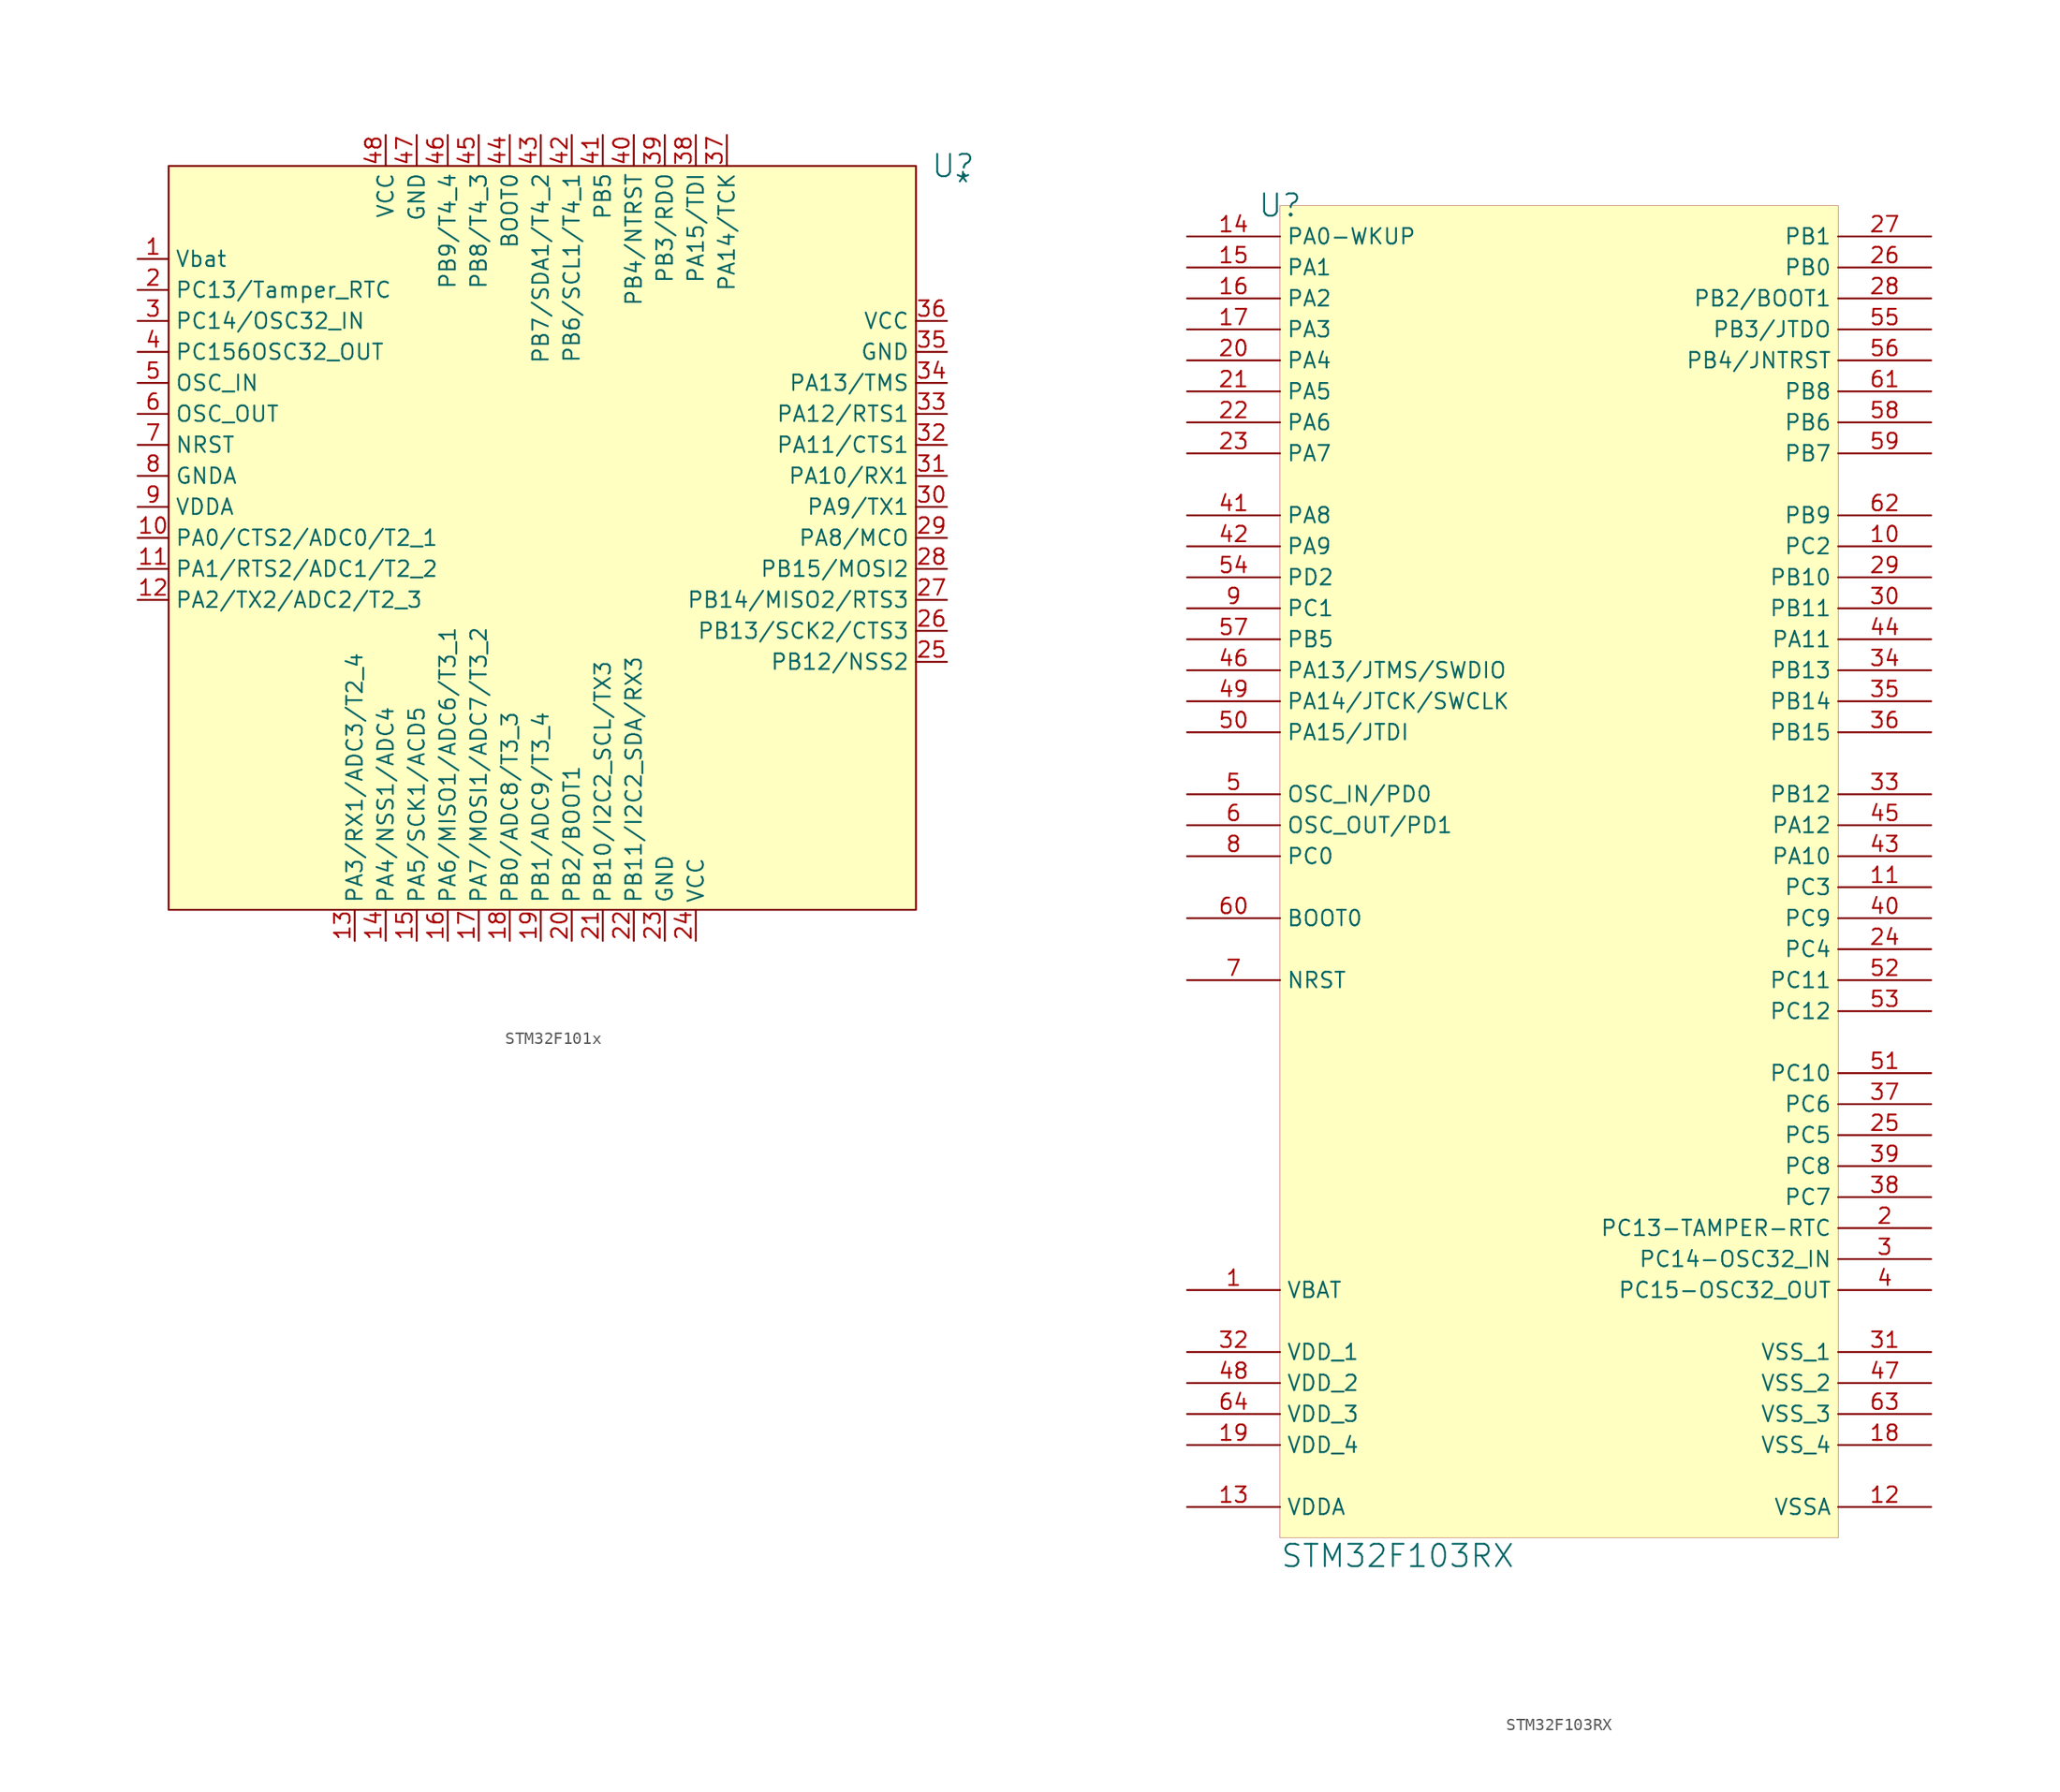
<source format=kicad_sym>
(kicad_symbol_lib
  (version 20241209)
  (generator "kicad_symbol_editor")
  (generator_version "9.0")
  (symbol "STM32F101x"
    (property "Reference" "U"
      (at 64.262 0 0)
      (effects (font (size 1.829 1.829))))
    (property "Value" "*"
      (at 64.262 -2.54 0)
      (effects (font (size 1.829 1.829)) (justify left bottom)))
    (symbol "STM32F101x_1_0"
      (rectangle (start 61.214 0) (end 0 -60.96) (stroke (width 0) (type solid) (color 128 0 0 1)) (fill (type background)))
      (pin passive line (at -2.54 -7.62 0) (length 2.54) (name "Vbat" (effects (font (size 1.27 1.27)))) (number "1" (effects (font (size 1.27 1.27)))))
      (pin passive line (at -2.54 -10.16 0) (length 2.54) (name "PC13/Tamper_RTC" (effects (font (size 1.27 1.27)))) (number "2" (effects (font (size 1.27 1.27)))))
      (pin passive line (at -2.54 -12.7 0) (length 2.54) (name "PC14/OSC32_IN" (effects (font (size 1.27 1.27)))) (number "3" (effects (font (size 1.27 1.27)))))
      (pin passive line (at -2.54 -15.24 0) (length 2.54) (name "PC156OSC32_OUT" (effects (font (size 1.27 1.27)))) (number "4" (effects (font (size 1.27 1.27)))))
      (pin passive line (at -2.54 -17.78 0) (length 2.54) (name "OSC_IN" (effects (font (size 1.27 1.27)))) (number "5" (effects (font (size 1.27 1.27)))))
      (pin passive line (at -2.54 -20.32 0) (length 2.54) (name "OSC_OUT" (effects (font (size 1.27 1.27)))) (number "6" (effects (font (size 1.27 1.27)))))
      (pin passive line (at -2.54 -22.86 0) (length 2.54) (name "NRST" (effects (font (size 1.27 1.27)))) (number "7" (effects (font (size 1.27 1.27)))))
      (pin passive line (at -2.54 -25.4 0) (length 2.54) (name "GNDA" (effects (font (size 1.27 1.27)))) (number "8" (effects (font (size 1.27 1.27)))))
      (pin passive line (at -2.54 -27.94 0) (length 2.54) (name "VDDA" (effects (font (size 1.27 1.27)))) (number "9" (effects (font (size 1.27 1.27)))))
      (pin passive line (at -2.54 -30.48 0) (length 2.54) (name "PA0/CTS2/ADC0/T2_1" (effects (font (size 1.27 1.27)))) (number "10" (effects (font (size 1.27 1.27)))))
      (pin passive line (at -2.54 -33.02 0) (length 2.54) (name "PA1/RTS2/ADC1/T2_2" (effects (font (size 1.27 1.27)))) (number "11" (effects (font (size 1.27 1.27)))))
      (pin passive line (at -2.54 -35.56 0) (length 2.54) (name "PA2/TX2/ADC2/T2_3" (effects (font (size 1.27 1.27)))) (number "12" (effects (font (size 1.27 1.27)))))
      (pin passive line (at 15.24 -63.5 90) (length 2.54) (name "PA3/RX1/ADC3/T2_4" (effects (font (size 1.27 1.27)))) (number "13" (effects (font (size 1.27 1.27)))))
      (pin passive line (at 17.78 2.54 270) (length 2.54) (name "VCC" (effects (font (size 1.27 1.27)))) (number "48" (effects (font (size 1.27 1.27)))))
      (pin passive line (at 17.78 -63.5 90) (length 2.54) (name "PA4/NSS1/ADC4" (effects (font (size 1.27 1.27)))) (number "14" (effects (font (size 1.27 1.27)))))
      (pin passive line (at 20.32 2.54 270) (length 2.54) (name "GND" (effects (font (size 1.27 1.27)))) (number "47" (effects (font (size 1.27 1.27)))))
      (pin passive line (at 20.32 -63.5 90) (length 2.54) (name "PA5/SCK1/ACD5" (effects (font (size 1.27 1.27)))) (number "15" (effects (font (size 1.27 1.27)))))
      (pin passive line (at 22.86 2.54 270) (length 2.54) (name "PB9/T4_4" (effects (font (size 1.27 1.27)))) (number "46" (effects (font (size 1.27 1.27)))))
      (pin passive line (at 22.86 -63.5 90) (length 2.54) (name "PA6/MISO1/ADC6/T3_1" (effects (font (size 1.27 1.27)))) (number "16" (effects (font (size 1.27 1.27)))))
      (pin passive line (at 25.4 2.54 270) (length 2.54) (name "PB8/T4_3" (effects (font (size 1.27 1.27)))) (number "45" (effects (font (size 1.27 1.27)))))
      (pin passive line (at 25.4 -63.5 90) (length 2.54) (name "PA7/MOSI1/ADC7/T3_2" (effects (font (size 1.27 1.27)))) (number "17" (effects (font (size 1.27 1.27)))))
      (pin passive line (at 27.94 2.54 270) (length 2.54) (name "BOOT0" (effects (font (size 1.27 1.27)))) (number "44" (effects (font (size 1.27 1.27)))))
      (pin passive line (at 27.94 -63.5 90) (length 2.54) (name "PB0/ADC8/T3_3" (effects (font (size 1.27 1.27)))) (number "18" (effects (font (size 1.27 1.27)))))
      (pin passive line (at 30.48 2.54 270) (length 2.54) (name "PB7/SDA1/T4_2" (effects (font (size 1.27 1.27)))) (number "43" (effects (font (size 1.27 1.27)))))
      (pin passive line (at 30.48 -63.5 90) (length 2.54) (name "PB1/ADC9/T3_4" (effects (font (size 1.27 1.27)))) (number "19" (effects (font (size 1.27 1.27)))))
      (pin passive line (at 33.02 2.54 270) (length 2.54) (name "PB6/SCL1/T4_1" (effects (font (size 1.27 1.27)))) (number "42" (effects (font (size 1.27 1.27)))))
      (pin passive line (at 33.02 -63.5 90) (length 2.54) (name "PB2/BOOT1" (effects (font (size 1.27 1.27)))) (number "20" (effects (font (size 1.27 1.27)))))
      (pin passive line (at 35.56 2.54 270) (length 2.54) (name "PB5" (effects (font (size 1.27 1.27)))) (number "41" (effects (font (size 1.27 1.27)))))
      (pin passive line (at 35.56 -63.5 90) (length 2.54) (name "PB10/I2C2_SCL/TX3" (effects (font (size 1.27 1.27)))) (number "21" (effects (font (size 1.27 1.27)))))
      (pin passive line (at 38.1 2.54 270) (length 2.54) (name "PB4/NTRST" (effects (font (size 1.27 1.27)))) (number "40" (effects (font (size 1.27 1.27)))))
      (pin passive line (at 38.1 -63.5 90) (length 2.54) (name "PB11/I2C2_SDA/RX3" (effects (font (size 1.27 1.27)))) (number "22" (effects (font (size 1.27 1.27)))))
      (pin passive line (at 40.64 2.54 270) (length 2.54) (name "PB3/RDO" (effects (font (size 1.27 1.27)))) (number "39" (effects (font (size 1.27 1.27)))))
      (pin passive line (at 40.64 -63.5 90) (length 2.54) (name "GND" (effects (font (size 1.27 1.27)))) (number "23" (effects (font (size 1.27 1.27)))))
      (pin passive line (at 43.18 2.54 270) (length 2.54) (name "PA15/TDI" (effects (font (size 1.27 1.27)))) (number "38" (effects (font (size 1.27 1.27)))))
      (pin passive line (at 43.18 -63.5 90) (length 2.54) (name "VCC" (effects (font (size 1.27 1.27)))) (number "24" (effects (font (size 1.27 1.27)))))
      (pin passive line (at 45.72 2.54 270) (length 2.54) (name "PA14/TCK" (effects (font (size 1.27 1.27)))) (number "37" (effects (font (size 1.27 1.27)))))
      (pin passive line (at 63.754 -12.7 180) (length 2.54) (name "VCC" (effects (font (size 1.27 1.27)))) (number "36" (effects (font (size 1.27 1.27)))))
      (pin passive line (at 63.754 -15.24 180) (length 2.54) (name "GND" (effects (font (size 1.27 1.27)))) (number "35" (effects (font (size 1.27 1.27)))))
      (pin passive line (at 63.754 -17.78 180) (length 2.54) (name "PA13/TMS" (effects (font (size 1.27 1.27)))) (number "34" (effects (font (size 1.27 1.27)))))
      (pin passive line (at 63.754 -20.32 180) (length 2.54) (name "PA12/RTS1" (effects (font (size 1.27 1.27)))) (number "33" (effects (font (size 1.27 1.27)))))
      (pin passive line (at 63.754 -22.86 180) (length 2.54) (name "PA11/CTS1" (effects (font (size 1.27 1.27)))) (number "32" (effects (font (size 1.27 1.27)))))
      (pin passive line (at 63.754 -25.4 180) (length 2.54) (name "PA10/RX1" (effects (font (size 1.27 1.27)))) (number "31" (effects (font (size 1.27 1.27)))))
      (pin passive line (at 63.754 -27.94 180) (length 2.54) (name "PA9/TX1" (effects (font (size 1.27 1.27)))) (number "30" (effects (font (size 1.27 1.27)))))
      (pin passive line (at 63.754 -30.48 180) (length 2.54) (name "PA8/MCO" (effects (font (size 1.27 1.27)))) (number "29" (effects (font (size 1.27 1.27)))))
      (pin passive line (at 63.754 -33.02 180) (length 2.54) (name "PB15/MOSI2" (effects (font (size 1.27 1.27)))) (number "28" (effects (font (size 1.27 1.27)))))
      (pin passive line (at 63.754 -35.56 180) (length 2.54) (name "PB14/MISO2/RTS3" (effects (font (size 1.27 1.27)))) (number "27" (effects (font (size 1.27 1.27)))))
      (pin passive line (at 63.754 -38.1 180) (length 2.54) (name "PB13/SCK2/CTS3" (effects (font (size 1.27 1.27)))) (number "26" (effects (font (size 1.27 1.27)))))
      (pin passive line (at 63.754 -40.64 180) (length 2.54) (name "PB12/NSS2" (effects (font (size 1.27 1.27)))) (number "25" (effects (font (size 1.27 1.27)))))))
  (symbol "STM32F103RX"
    (property "Reference" "U"
      (at 0 0 0)
      (effects (font (size 1.829 1.829))))
    (property "Value" "STM32F103RX"
      (at 0 -111.76 0)
      (effects (font (size 1.829 1.829)) (justify left bottom)))
    (symbol "STM32F103RX_1_0"
      (rectangle (start 45.72 0) (end 0 -109.22) (stroke (width 0.025) (type solid) (color 128 0 0 1)) (fill (type background)))
      (pin bidirectional line (at -7.62 -2.54 0) (length 7.62) (name "PA0-WKUP" (effects (font (size 1.27 1.27)))) (number "14" (effects (font (size 1.27 1.27)))))
      (pin bidirectional line (at -7.62 -5.08 0) (length 7.62) (name "PA1" (effects (font (size 1.27 1.27)))) (number "15" (effects (font (size 1.27 1.27)))))
      (pin output line (at -7.62 -7.62 0) (length 7.62) (name "PA2" (effects (font (size 1.27 1.27)))) (number "16" (effects (font (size 1.27 1.27)))))
      (pin input line (at -7.62 -10.16 0) (length 7.62) (name "PA3" (effects (font (size 1.27 1.27)))) (number "17" (effects (font (size 1.27 1.27)))))
      (pin bidirectional line (at -7.62 -12.7 0) (length 7.62) (name "PA4" (effects (font (size 1.27 1.27)))) (number "20" (effects (font (size 1.27 1.27)))))
      (pin bidirectional line (at -7.62 -15.24 0) (length 7.62) (name "PA5" (effects (font (size 1.27 1.27)))) (number "21" (effects (font (size 1.27 1.27)))))
      (pin bidirectional line (at -7.62 -17.78 0) (length 7.62) (name "PA6" (effects (font (size 1.27 1.27)))) (number "22" (effects (font (size 1.27 1.27)))))
      (pin bidirectional line (at -7.62 -20.32 0) (length 7.62) (name "PA7" (effects (font (size 1.27 1.27)))) (number "23" (effects (font (size 1.27 1.27)))))
      (pin output line (at -7.62 -25.4 0) (length 7.62) (name "PA8" (effects (font (size 1.27 1.27)))) (number "41" (effects (font (size 1.27 1.27)))))
      (pin output line (at -7.62 -27.94 0) (length 7.62) (name "PA9" (effects (font (size 1.27 1.27)))) (number "42" (effects (font (size 1.27 1.27)))))
      (pin bidirectional line (at -7.62 -30.48 0) (length 7.62) (name "PD2" (effects (font (size 1.27 1.27)))) (number "54" (effects (font (size 1.27 1.27)))))
      (pin bidirectional line (at -7.62 -33.02 0) (length 7.62) (name "PC1" (effects (font (size 1.27 1.27)))) (number "9" (effects (font (size 1.27 1.27)))))
      (pin bidirectional line (at -7.62 -35.56 0) (length 7.62) (name "PB5" (effects (font (size 1.27 1.27)))) (number "57" (effects (font (size 1.27 1.27)))))
      (pin bidirectional line (at -7.62 -38.1 0) (length 7.62) (name "PA13/JTMS/SWDIO" (effects (font (size 1.27 1.27)))) (number "46" (effects (font (size 1.27 1.27)))))
      (pin bidirectional line (at -7.62 -40.64 0) (length 7.62) (name "PA14/JTCK/SWCLK" (effects (font (size 1.27 1.27)))) (number "49" (effects (font (size 1.27 1.27)))))
      (pin bidirectional line (at -7.62 -43.18 0) (length 7.62) (name "PA15/JTDI" (effects (font (size 1.27 1.27)))) (number "50" (effects (font (size 1.27 1.27)))))
      (pin passive line (at -7.62 -48.26 0) (length 7.62) (name "OSC_IN/PD0" (effects (font (size 1.27 1.27)))) (number "5" (effects (font (size 1.27 1.27)))))
      (pin passive line (at -7.62 -50.8 0) (length 7.62) (name "OSC_OUT/PD1" (effects (font (size 1.27 1.27)))) (number "6" (effects (font (size 1.27 1.27)))))
      (pin bidirectional line (at -7.62 -53.34 0) (length 7.62) (name "PC0" (effects (font (size 1.27 1.27)))) (number "8" (effects (font (size 1.27 1.27)))))
      (pin passive line (at -7.62 -58.42 0) (length 7.62) (name "BOOT0" (effects (font (size 1.27 1.27)))) (number "60" (effects (font (size 1.27 1.27)))))
      (pin bidirectional line (at -7.62 -63.5 0) (length 7.62) (name "NRST" (effects (font (size 1.27 1.27)))) (number "7" (effects (font (size 1.27 1.27)))))
      (pin power_in line (at -7.62 -88.9 0) (length 7.62) (name "VBAT" (effects (font (size 1.27 1.27)))) (number "1" (effects (font (size 1.27 1.27)))))
      (pin power_in line (at -7.62 -93.98 0) (length 7.62) (name "VDD_1" (effects (font (size 1.27 1.27)))) (number "32" (effects (font (size 1.27 1.27)))))
      (pin power_in line (at -7.62 -96.52 0) (length 7.62) (name "VDD_2" (effects (font (size 1.27 1.27)))) (number "48" (effects (font (size 1.27 1.27)))))
      (pin power_in line (at -7.62 -99.06 0) (length 7.62) (name "VDD_3" (effects (font (size 1.27 1.27)))) (number "64" (effects (font (size 1.27 1.27)))))
      (pin power_in line (at -7.62 -101.6 0) (length 7.62) (name "VDD_4" (effects (font (size 1.27 1.27)))) (number "19" (effects (font (size 1.27 1.27)))))
      (pin power_in line (at -7.62 -106.68 0) (length 7.62) (name "VDDA" (effects (font (size 1.27 1.27)))) (number "13" (effects (font (size 1.27 1.27)))))
      (pin bidirectional line (at 53.34 -2.54 180) (length 7.62) (name "PB1" (effects (font (size 1.27 1.27)))) (number "27" (effects (font (size 1.27 1.27)))))
      (pin bidirectional line (at 53.34 -5.08 180) (length 7.62) (name "PB0" (effects (font (size 1.27 1.27)))) (number "26" (effects (font (size 1.27 1.27)))))
      (pin passive line (at 53.34 -7.62 180) (length 7.62) (name "PB2/BOOT1" (effects (font (size 1.27 1.27)))) (number "28" (effects (font (size 1.27 1.27)))))
      (pin bidirectional line (at 53.34 -10.16 180) (length 7.62) (name "PB3/JTDO" (effects (font (size 1.27 1.27)))) (number "55" (effects (font (size 1.27 1.27)))))
      (pin bidirectional line (at 53.34 -12.7 180) (length 7.62) (name "PB4/JNTRST" (effects (font (size 1.27 1.27)))) (number "56" (effects (font (size 1.27 1.27)))))
      (pin bidirectional line (at 53.34 -15.24 180) (length 7.62) (name "PB8" (effects (font (size 1.27 1.27)))) (number "61" (effects (font (size 1.27 1.27)))))
      (pin bidirectional line (at 53.34 -17.78 180) (length 7.62) (name "PB6" (effects (font (size 1.27 1.27)))) (number "58" (effects (font (size 1.27 1.27)))))
      (pin bidirectional line (at 53.34 -20.32 180) (length 7.62) (name "PB7" (effects (font (size 1.27 1.27)))) (number "59" (effects (font (size 1.27 1.27)))))
      (pin output line (at 53.34 -25.4 180) (length 7.62) (name "PB9" (effects (font (size 1.27 1.27)))) (number "62" (effects (font (size 1.27 1.27)))))
      (pin output line (at 53.34 -27.94 180) (length 7.62) (name "PC2" (effects (font (size 1.27 1.27)))) (number "10" (effects (font (size 1.27 1.27)))))
      (pin bidirectional line (at 53.34 -30.48 180) (length 7.62) (name "PB10" (effects (font (size 1.27 1.27)))) (number "29" (effects (font (size 1.27 1.27)))))
      (pin bidirectional line (at 53.34 -33.02 180) (length 7.62) (name "PB11" (effects (font (size 1.27 1.27)))) (number "30" (effects (font (size 1.27 1.27)))))
      (pin input line (at 53.34 -35.56 180) (length 7.62) (name "PA11" (effects (font (size 1.27 1.27)))) (number "44" (effects (font (size 1.27 1.27)))))
      (pin bidirectional line (at 53.34 -38.1 180) (length 7.62) (name "PB13" (effects (font (size 1.27 1.27)))) (number "34" (effects (font (size 1.27 1.27)))))
      (pin bidirectional line (at 53.34 -40.64 180) (length 7.62) (name "PB14" (effects (font (size 1.27 1.27)))) (number "35" (effects (font (size 1.27 1.27)))))
      (pin bidirectional line (at 53.34 -43.18 180) (length 7.62) (name "PB15" (effects (font (size 1.27 1.27)))) (number "36" (effects (font (size 1.27 1.27)))))
      (pin bidirectional line (at 53.34 -48.26 180) (length 7.62) (name "PB12" (effects (font (size 1.27 1.27)))) (number "33" (effects (font (size 1.27 1.27)))))
      (pin output line (at 53.34 -50.8 180) (length 7.62) (name "PA12" (effects (font (size 1.27 1.27)))) (number "45" (effects (font (size 1.27 1.27)))))
      (pin input line (at 53.34 -53.34 180) (length 7.62) (name "PA10" (effects (font (size 1.27 1.27)))) (number "43" (effects (font (size 1.27 1.27)))))
      (pin bidirectional line (at 53.34 -55.88 180) (length 7.62) (name "PC3" (effects (font (size 1.27 1.27)))) (number "11" (effects (font (size 1.27 1.27)))))
      (pin bidirectional line (at 53.34 -58.42 180) (length 7.62) (name "PC9" (effects (font (size 1.27 1.27)))) (number "40" (effects (font (size 1.27 1.27)))))
      (pin bidirectional line (at 53.34 -60.96 180) (length 7.62) (name "PC4" (effects (font (size 1.27 1.27)))) (number "24" (effects (font (size 1.27 1.27)))))
      (pin bidirectional line (at 53.34 -63.5 180) (length 7.62) (name "PC11" (effects (font (size 1.27 1.27)))) (number "52" (effects (font (size 1.27 1.27)))))
      (pin bidirectional line (at 53.34 -66.04 180) (length 7.62) (name "PC12" (effects (font (size 1.27 1.27)))) (number "53" (effects (font (size 1.27 1.27)))))
      (pin bidirectional line (at 53.34 -71.12 180) (length 7.62) (name "PC10" (effects (font (size 1.27 1.27)))) (number "51" (effects (font (size 1.27 1.27)))))
      (pin bidirectional line (at 53.34 -73.66 180) (length 7.62) (name "PC6" (effects (font (size 1.27 1.27)))) (number "37" (effects (font (size 1.27 1.27)))))
      (pin bidirectional line (at 53.34 -76.2 180) (length 7.62) (name "PC5" (effects (font (size 1.27 1.27)))) (number "25" (effects (font (size 1.27 1.27)))))
      (pin bidirectional line (at 53.34 -78.74 180) (length 7.62) (name "PC8" (effects (font (size 1.27 1.27)))) (number "39" (effects (font (size 1.27 1.27)))))
      (pin bidirectional line (at 53.34 -81.28 180) (length 7.62) (name "PC7" (effects (font (size 1.27 1.27)))) (number "38" (effects (font (size 1.27 1.27)))))
      (pin bidirectional line (at 53.34 -83.82 180) (length 7.62) (name "PC13-TAMPER-RTC" (effects (font (size 1.27 1.27)))) (number "2" (effects (font (size 1.27 1.27)))))
      (pin bidirectional line (at 53.34 -86.36 180) (length 7.62) (name "PC14-OSC32_IN" (effects (font (size 1.27 1.27)))) (number "3" (effects (font (size 1.27 1.27)))))
      (pin bidirectional line (at 53.34 -88.9 180) (length 7.62) (name "PC15-OSC32_OUT" (effects (font (size 1.27 1.27)))) (number "4" (effects (font (size 1.27 1.27)))))
      (pin power_in line (at 53.34 -93.98 180) (length 7.62) (name "VSS_1" (effects (font (size 1.27 1.27)))) (number "31" (effects (font (size 1.27 1.27)))))
      (pin power_in line (at 53.34 -96.52 180) (length 7.62) (name "VSS_2" (effects (font (size 1.27 1.27)))) (number "47" (effects (font (size 1.27 1.27)))))
      (pin power_in line (at 53.34 -99.06 180) (length 7.62) (name "VSS_3" (effects (font (size 1.27 1.27)))) (number "63" (effects (font (size 1.27 1.27)))))
      (pin power_in line (at 53.34 -101.6 180) (length 7.62) (name "VSS_4" (effects (font (size 1.27 1.27)))) (number "18" (effects (font (size 1.27 1.27)))))
      (pin power_in line (at 53.34 -106.68 180) (length 7.62) (name "VSSA" (effects (font (size 1.27 1.27)))) (number "12" (effects (font (size 1.27 1.27))))))))
</source>
